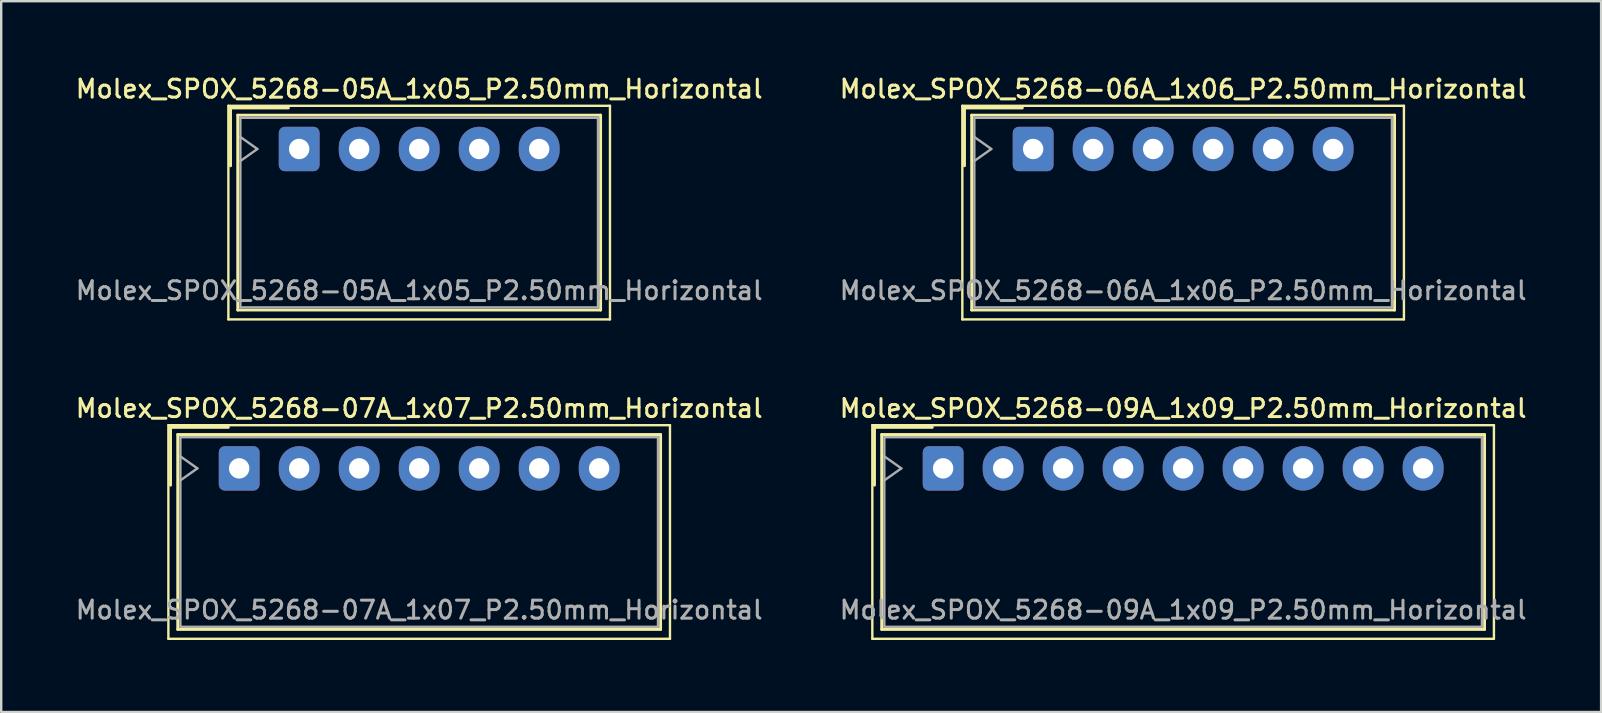
<source format=kicad_pcb>
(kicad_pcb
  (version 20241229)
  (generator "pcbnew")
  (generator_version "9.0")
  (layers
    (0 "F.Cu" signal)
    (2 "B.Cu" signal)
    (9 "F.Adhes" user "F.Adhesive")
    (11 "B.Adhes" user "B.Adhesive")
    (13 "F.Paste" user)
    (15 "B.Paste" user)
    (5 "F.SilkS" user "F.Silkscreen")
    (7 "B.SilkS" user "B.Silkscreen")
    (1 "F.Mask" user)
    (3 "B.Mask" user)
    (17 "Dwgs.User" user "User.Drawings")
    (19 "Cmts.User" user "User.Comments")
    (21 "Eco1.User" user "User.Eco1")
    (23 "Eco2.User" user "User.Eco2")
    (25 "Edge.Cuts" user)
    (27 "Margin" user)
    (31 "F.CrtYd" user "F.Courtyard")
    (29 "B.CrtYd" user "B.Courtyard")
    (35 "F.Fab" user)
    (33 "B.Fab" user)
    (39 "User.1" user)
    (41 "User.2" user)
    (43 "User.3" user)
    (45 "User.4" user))
  (footprint "Molex_SPOX_5268-05A_1x05_P2.50mm_Horizontal"
    (layer "F.Cu")
    (at 9.416 3.158)
    (property "Reference" "Molex_SPOX_5268-05A_1x05_P2.50mm_Horizontal" (at 5 -2.5 0) (layer "F.SilkS") (effects (font (size 0.75 0.75) (thickness 0.125))))
    (attr through_hole)
    (fp_line (start -2.95 -1.8) (end -2.95 7.1) (stroke (width 0.1) (type solid)) (layer "F.SilkS"))
    (fp_line (start -2.95 7.1) (end 12.95 7.1) (stroke (width 0.1) (type solid)) (layer "F.SilkS"))
    (fp_line (start -2.86 -1.71) (end -0.45 -1.71) (stroke (width 0.12) (type solid)) (layer "F.SilkS"))
    (fp_line (start -2.86 0.7) (end -2.86 -1.71) (stroke (width 0.12) (type solid)) (layer "F.SilkS"))
    (fp_line (start -2.56 -1.41) (end -2.56 6.71) (stroke (width 0.12) (type solid)) (layer "F.SilkS"))
    (fp_line (start -2.56 6.71) (end 12.56 6.71) (stroke (width 0.12) (type solid)) (layer "F.SilkS"))
    (fp_line (start 12.56 -1.41) (end -2.56 -1.41) (stroke (width 0.12) (type solid)) (layer "F.SilkS"))
    (fp_line (start 12.56 6.71) (end 12.56 -1.41) (stroke (width 0.12) (type solid)) (layer "F.SilkS"))
    (fp_line (start 12.95 -1.8) (end -2.95 -1.8) (stroke (width 0.1) (type solid)) (layer "F.SilkS"))
    (fp_line (start 12.95 7.1) (end 12.95 -1.8) (stroke (width 0.1) (type solid)) (layer "F.SilkS"))
    (fp_line (start -2.45 -1.3) (end -2.45 6.6) (stroke (width 0.1) (type solid)) (layer "F.Fab"))
    (fp_line (start -2.45 0.5) (end -1.743 0) (stroke (width 0.1) (type solid)) (layer "F.Fab"))
    (fp_line (start -2.45 6.6) (end 12.45 6.6) (stroke (width 0.1) (type solid)) (layer "F.Fab"))
    (fp_line (start -1.743 0) (end -2.45 -0.5) (stroke (width 0.1) (type solid)) (layer "F.Fab"))
    (fp_line (start 12.45 -1.3) (end -2.45 -1.3) (stroke (width 0.1) (type solid)) (layer "F.Fab"))
    (fp_line (start 12.45 6.6) (end 12.45 -1.3) (stroke (width 0.1) (type solid)) (layer "F.Fab"))
    (fp_text user "${REFERENCE}" (at 5 5.9 0) (layer "F.Fab") (effects (font (size 0.75 0.75) (thickness 0.125))))
    (pad "1" thru_hole roundrect (at 0 0) (size 1.7 1.85) (drill 0.85) (layers "*.Cu" "*.Mask") (roundrect_rratio 0.147))
    (pad "2" thru_hole oval (at 2.5 0) (size 1.7 1.85) (drill 0.85) (layers "*.Cu" "*.Mask"))
    (pad "3" thru_hole oval (at 5 0) (size 1.7 1.85) (drill 0.85) (layers "*.Cu" "*.Mask"))
    (pad "4" thru_hole oval (at 7.5 0) (size 1.7 1.85) (drill 0.85) (layers "*.Cu" "*.Mask"))
    (pad "5" thru_hole oval (at 10 0) (size 1.7 1.85) (drill 0.85) (layers "*.Cu" "*.Mask")))
  (footprint "Molex_SPOX_5268-07A_1x07_P2.50mm_Horizontal"
    (layer "F.Cu")
    (at 6.916 16.466)
    (property "Reference" "Molex_SPOX_5268-07A_1x07_P2.50mm_Horizontal" (at 7.5 -2.5 0) (layer "F.SilkS") (effects (font (size 0.75 0.75) (thickness 0.125))))
    (attr through_hole)
    (fp_line (start -2.95 -1.8) (end -2.95 7.1) (stroke (width 0.1) (type solid)) (layer "F.SilkS"))
    (fp_line (start -2.95 7.1) (end 17.95 7.1) (stroke (width 0.1) (type solid)) (layer "F.SilkS"))
    (fp_line (start -2.86 -1.71) (end -0.45 -1.71) (stroke (width 0.12) (type solid)) (layer "F.SilkS"))
    (fp_line (start -2.86 0.7) (end -2.86 -1.71) (stroke (width 0.12) (type solid)) (layer "F.SilkS"))
    (fp_line (start -2.56 -1.41) (end -2.56 6.71) (stroke (width 0.12) (type solid)) (layer "F.SilkS"))
    (fp_line (start -2.56 6.71) (end 17.56 6.71) (stroke (width 0.12) (type solid)) (layer "F.SilkS"))
    (fp_line (start 17.56 -1.41) (end -2.56 -1.41) (stroke (width 0.12) (type solid)) (layer "F.SilkS"))
    (fp_line (start 17.56 6.71) (end 17.56 -1.41) (stroke (width 0.12) (type solid)) (layer "F.SilkS"))
    (fp_line (start 17.95 -1.8) (end -2.95 -1.8) (stroke (width 0.1) (type solid)) (layer "F.SilkS"))
    (fp_line (start 17.95 7.1) (end 17.95 -1.8) (stroke (width 0.1) (type solid)) (layer "F.SilkS"))
    (fp_line (start -2.45 -1.3) (end -2.45 6.6) (stroke (width 0.1) (type solid)) (layer "F.Fab"))
    (fp_line (start -2.45 0.5) (end -1.743 0) (stroke (width 0.1) (type solid)) (layer "F.Fab"))
    (fp_line (start -2.45 6.6) (end 17.45 6.6) (stroke (width 0.1) (type solid)) (layer "F.Fab"))
    (fp_line (start -1.743 0) (end -2.45 -0.5) (stroke (width 0.1) (type solid)) (layer "F.Fab"))
    (fp_line (start 17.45 -1.3) (end -2.45 -1.3) (stroke (width 0.1) (type solid)) (layer "F.Fab"))
    (fp_line (start 17.45 6.6) (end 17.45 -1.3) (stroke (width 0.1) (type solid)) (layer "F.Fab"))
    (fp_text user "${REFERENCE}" (at 7.5 5.9 0) (layer "F.Fab") (effects (font (size 0.75 0.75) (thickness 0.125))))
    (pad "1" thru_hole roundrect (at 0 0) (size 1.7 1.85) (drill 0.85) (layers "*.Cu" "*.Mask") (roundrect_rratio 0.147))
    (pad "2" thru_hole oval (at 2.5 0) (size 1.7 1.85) (drill 0.85) (layers "*.Cu" "*.Mask"))
    (pad "3" thru_hole oval (at 5 0) (size 1.7 1.85) (drill 0.85) (layers "*.Cu" "*.Mask"))
    (pad "4" thru_hole oval (at 7.5 0) (size 1.7 1.85) (drill 0.85) (layers "*.Cu" "*.Mask"))
    (pad "5" thru_hole oval (at 10 0) (size 1.7 1.85) (drill 0.85) (layers "*.Cu" "*.Mask"))
    (pad "6" thru_hole oval (at 12.5 0) (size 1.7 1.85) (drill 0.85) (layers "*.Cu" "*.Mask"))
    (pad "7" thru_hole oval (at 15 0) (size 1.7 1.85) (drill 0.85) (layers "*.Cu" "*.Mask")))
  (footprint "Molex_SPOX_5268-09A_1x09_P2.50mm_Horizontal"
    (layer "F.Cu")
    (at 36.248 16.466)
    (property "Reference" "Molex_SPOX_5268-09A_1x09_P2.50mm_Horizontal" (at 10 -2.5 0) (layer "F.SilkS") (effects (font (size 0.75 0.75) (thickness 0.125))))
    (attr through_hole)
    (fp_line (start -2.95 -1.8) (end -2.95 7.1) (stroke (width 0.1) (type solid)) (layer "F.SilkS"))
    (fp_line (start -2.95 7.1) (end 22.95 7.1) (stroke (width 0.1) (type solid)) (layer "F.SilkS"))
    (fp_line (start -2.86 -1.71) (end -0.45 -1.71) (stroke (width 0.12) (type solid)) (layer "F.SilkS"))
    (fp_line (start -2.86 0.7) (end -2.86 -1.71) (stroke (width 0.12) (type solid)) (layer "F.SilkS"))
    (fp_line (start -2.56 -1.41) (end -2.56 6.71) (stroke (width 0.12) (type solid)) (layer "F.SilkS"))
    (fp_line (start -2.56 6.71) (end 22.56 6.71) (stroke (width 0.12) (type solid)) (layer "F.SilkS"))
    (fp_line (start 22.56 -1.41) (end -2.56 -1.41) (stroke (width 0.12) (type solid)) (layer "F.SilkS"))
    (fp_line (start 22.56 6.71) (end 22.56 -1.41) (stroke (width 0.12) (type solid)) (layer "F.SilkS"))
    (fp_line (start 22.95 -1.8) (end -2.95 -1.8) (stroke (width 0.1) (type solid)) (layer "F.SilkS"))
    (fp_line (start 22.95 7.1) (end 22.95 -1.8) (stroke (width 0.1) (type solid)) (layer "F.SilkS"))
    (fp_line (start -2.45 -1.3) (end -2.45 6.6) (stroke (width 0.1) (type solid)) (layer "F.Fab"))
    (fp_line (start -2.45 0.5) (end -1.743 0) (stroke (width 0.1) (type solid)) (layer "F.Fab"))
    (fp_line (start -2.45 6.6) (end 22.45 6.6) (stroke (width 0.1) (type solid)) (layer "F.Fab"))
    (fp_line (start -1.743 0) (end -2.45 -0.5) (stroke (width 0.1) (type solid)) (layer "F.Fab"))
    (fp_line (start 22.45 -1.3) (end -2.45 -1.3) (stroke (width 0.1) (type solid)) (layer "F.Fab"))
    (fp_line (start 22.45 6.6) (end 22.45 -1.3) (stroke (width 0.1) (type solid)) (layer "F.Fab"))
    (fp_text user "${REFERENCE}" (at 10 5.9 0) (layer "F.Fab") (effects (font (size 0.75 0.75) (thickness 0.125))))
    (pad "1" thru_hole roundrect (at 0 0) (size 1.7 1.85) (drill 0.85) (layers "*.Cu" "*.Mask") (roundrect_rratio 0.147))
    (pad "2" thru_hole oval (at 2.5 0) (size 1.7 1.85) (drill 0.85) (layers "*.Cu" "*.Mask"))
    (pad "3" thru_hole oval (at 5 0) (size 1.7 1.85) (drill 0.85) (layers "*.Cu" "*.Mask"))
    (pad "4" thru_hole oval (at 7.5 0) (size 1.7 1.85) (drill 0.85) (layers "*.Cu" "*.Mask"))
    (pad "5" thru_hole oval (at 10 0) (size 1.7 1.85) (drill 0.85) (layers "*.Cu" "*.Mask"))
    (pad "6" thru_hole oval (at 12.5 0) (size 1.7 1.85) (drill 0.85) (layers "*.Cu" "*.Mask"))
    (pad "7" thru_hole oval (at 15 0) (size 1.7 1.85) (drill 0.85) (layers "*.Cu" "*.Mask"))
    (pad "8" thru_hole oval (at 17.5 0) (size 1.7 1.85) (drill 0.85) (layers "*.Cu" "*.Mask"))
    (pad "9" thru_hole oval (at 20 0) (size 1.7 1.85) (drill 0.85) (layers "*.Cu" "*.Mask")))
  (footprint "Molex_SPOX_5268-06A_1x06_P2.50mm_Horizontal"
    (layer "F.Cu")
    (at 39.998 3.158)
    (property "Reference" "Molex_SPOX_5268-06A_1x06_P2.50mm_Horizontal" (at 6.25 -2.5 0) (layer "F.SilkS") (effects (font (size 0.75 0.75) (thickness 0.125))))
    (attr through_hole)
    (fp_line (start -2.95 -1.8) (end -2.95 7.1) (stroke (width 0.1) (type solid)) (layer "F.SilkS"))
    (fp_line (start -2.95 7.1) (end 15.45 7.1) (stroke (width 0.1) (type solid)) (layer "F.SilkS"))
    (fp_line (start -2.86 -1.71) (end -0.45 -1.71) (stroke (width 0.12) (type solid)) (layer "F.SilkS"))
    (fp_line (start -2.86 0.7) (end -2.86 -1.71) (stroke (width 0.12) (type solid)) (layer "F.SilkS"))
    (fp_line (start -2.56 -1.41) (end -2.56 6.71) (stroke (width 0.12) (type solid)) (layer "F.SilkS"))
    (fp_line (start -2.56 6.71) (end 15.06 6.71) (stroke (width 0.12) (type solid)) (layer "F.SilkS"))
    (fp_line (start 15.06 -1.41) (end -2.56 -1.41) (stroke (width 0.12) (type solid)) (layer "F.SilkS"))
    (fp_line (start 15.06 6.71) (end 15.06 -1.41) (stroke (width 0.12) (type solid)) (layer "F.SilkS"))
    (fp_line (start 15.45 -1.8) (end -2.95 -1.8) (stroke (width 0.1) (type solid)) (layer "F.SilkS"))
    (fp_line (start 15.45 7.1) (end 15.45 -1.8) (stroke (width 0.1) (type solid)) (layer "F.SilkS"))
    (fp_line (start -2.45 -1.3) (end -2.45 6.6) (stroke (width 0.1) (type solid)) (layer "F.Fab"))
    (fp_line (start -2.45 0.5) (end -1.743 0) (stroke (width 0.1) (type solid)) (layer "F.Fab"))
    (fp_line (start -2.45 6.6) (end 14.95 6.6) (stroke (width 0.1) (type solid)) (layer "F.Fab"))
    (fp_line (start -1.743 0) (end -2.45 -0.5) (stroke (width 0.1) (type solid)) (layer "F.Fab"))
    (fp_line (start 14.95 -1.3) (end -2.45 -1.3) (stroke (width 0.1) (type solid)) (layer "F.Fab"))
    (fp_line (start 14.95 6.6) (end 14.95 -1.3) (stroke (width 0.1) (type solid)) (layer "F.Fab"))
    (fp_text user "${REFERENCE}" (at 6.25 5.9 0) (layer "F.Fab") (effects (font (size 0.75 0.75) (thickness 0.125))))
    (pad "1" thru_hole roundrect (at 0 0) (size 1.7 1.85) (drill 0.85) (layers "*.Cu" "*.Mask") (roundrect_rratio 0.147))
    (pad "2" thru_hole oval (at 2.5 0) (size 1.7 1.85) (drill 0.85) (layers "*.Cu" "*.Mask"))
    (pad "3" thru_hole oval (at 5 0) (size 1.7 1.85) (drill 0.85) (layers "*.Cu" "*.Mask"))
    (pad "4" thru_hole oval (at 7.5 0) (size 1.7 1.85) (drill 0.85) (layers "*.Cu" "*.Mask"))
    (pad "5" thru_hole oval (at 10 0) (size 1.7 1.85) (drill 0.85) (layers "*.Cu" "*.Mask"))
    (pad "6" thru_hole oval (at 12.5 0) (size 1.7 1.85) (drill 0.85) (layers "*.Cu" "*.Mask")))
  (gr_rect
    (start -3 -3)
    (end 63.664 26.616)
    (stroke (width 0.1) (type default))
    (fill no)
    (layer "Edge.Cuts")))
</source>
